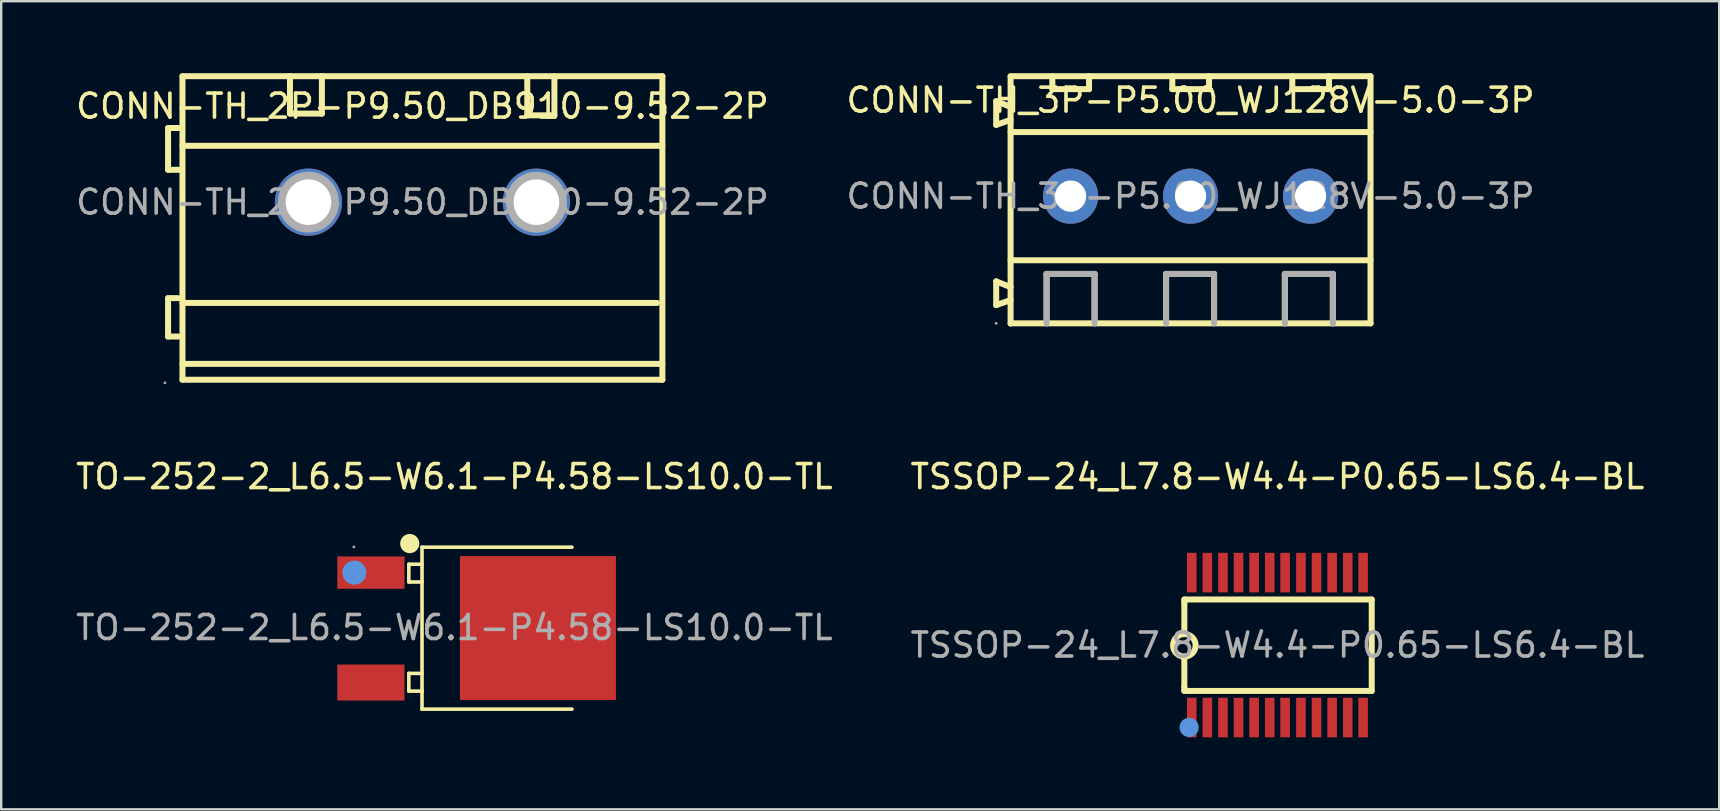
<source format=kicad_pcb>
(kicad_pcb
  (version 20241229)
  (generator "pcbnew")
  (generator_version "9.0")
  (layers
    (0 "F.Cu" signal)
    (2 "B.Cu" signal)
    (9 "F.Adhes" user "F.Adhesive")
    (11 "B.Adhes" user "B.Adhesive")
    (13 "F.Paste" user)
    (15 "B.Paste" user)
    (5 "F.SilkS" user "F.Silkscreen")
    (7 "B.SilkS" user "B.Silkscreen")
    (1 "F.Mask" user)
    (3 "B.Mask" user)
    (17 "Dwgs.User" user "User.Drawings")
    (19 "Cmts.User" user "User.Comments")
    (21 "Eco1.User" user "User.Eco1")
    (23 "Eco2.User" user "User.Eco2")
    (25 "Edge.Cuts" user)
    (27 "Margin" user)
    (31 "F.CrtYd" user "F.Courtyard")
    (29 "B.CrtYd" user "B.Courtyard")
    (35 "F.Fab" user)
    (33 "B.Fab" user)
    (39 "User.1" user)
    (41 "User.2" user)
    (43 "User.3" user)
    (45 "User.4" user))
  (footprint "TO-252-2_L6.5-W6.1-P4.58-LS10.0-TL"
    (layer "F.Cu")
    (at 15.887 23.103)
    (property "Reference" "TO-252-2_L6.5-W6.1-P4.58-LS10.0-TL" (at 0 -6.29 0) (layer "F.SilkS") (effects (font (size 1 1) (thickness 0.15))))
    (attr smd)
    (fp_line (start -1.9 -2.64) (end -1.9 -1.9) (stroke (width 0.15) (type solid)) (layer "F.SilkS"))
    (fp_line (start -1.9 -1.9) (end -1.35 -1.9) (stroke (width 0.15) (type solid)) (layer "F.SilkS"))
    (fp_line (start -1.9 1.91) (end -1.9 2.65) (stroke (width 0.15) (type solid)) (layer "F.SilkS"))
    (fp_line (start -1.9 2.65) (end -1.35 2.65) (stroke (width 0.15) (type solid)) (layer "F.SilkS"))
    (fp_line (start -1.35 -3.35) (end -1.35 3.4) (stroke (width 0.15) (type solid)) (layer "F.SilkS"))
    (fp_line (start -1.35 -2.64) (end -1.9 -2.64) (stroke (width 0.15) (type solid)) (layer "F.SilkS"))
    (fp_line (start -1.35 -1.9) (end -1.35 -1.91) (stroke (width 0.15) (type solid)) (layer "F.SilkS"))
    (fp_line (start -1.35 1.91) (end -1.9 1.91) (stroke (width 0.15) (type solid)) (layer "F.SilkS"))
    (fp_line (start -1.35 2.65) (end -1.35 2.64) (stroke (width 0.15) (type solid)) (layer "F.SilkS"))
    (fp_line (start 4.9 -3.35) (end -1.35 -3.35) (stroke (width 0.15) (type solid)) (layer "F.SilkS"))
    (fp_line (start 4.9 3.4) (end -1.35 3.4) (stroke (width 0.15) (type solid)) (layer "F.SilkS"))
    (fp_arc (start -1.86 -3.3) (mid -1.865009 -3.699937) (end -1.849986 -3.300251) (stroke (width 0.4) (type solid)) (layer "F.SilkS"))
    (fp_circle (center -4.17 -2.29) (end -3.92 -2.29) (stroke (width 0.5) (type solid)) (fill no) (layer "Cmts.User"))
    (fp_circle (center -4.19 -3.36) (end -4.16 -3.36) (stroke (width 0.06) (type solid)) (fill no) (layer "F.Fab"))
    (fp_text user "${REFERENCE}" (at 0 0 0) (layer "F.Fab") (effects (font (size 1 1) (thickness 0.15))))
    (pad "1" smd rect (at -3.48 -2.29) (size 2.8 1.35) (layers "F.Cu" "F.Mask" "F.Paste"))
    (pad "3" smd rect (at -3.48 2.29) (size 2.8 1.5) (layers "F.Cu" "F.Mask" "F.Paste"))
    (pad "4" smd rect (at 3.48 0.02) (size 6.5 6) (layers "F.Cu" "F.Mask" "F.Paste")))
  (footprint "TSSOP-24_L7.8-W4.4-P0.65-LS6.4-BL"
    (layer "F.Cu")
    (at 50.185 23.833)
    (property "Reference" "TSSOP-24_L7.8-W4.4-P0.65-LS6.4-BL" (at 0 -7.02 0) (layer "F.SilkS") (effects (font (size 1 1) (thickness 0.15))))
    (attr smd)
    (fp_line (start -3.88 -1.9) (end 3.93 -1.9) (stroke (width 0.25) (type solid)) (layer "F.SilkS"))
    (fp_line (start -3.88 -1.75) (end -3.88 -1.9) (stroke (width 0.25) (type solid)) (layer "F.SilkS"))
    (fp_line (start -3.88 -0.48) (end -3.88 -1.75) (stroke (width 0.25) (type solid)) (layer "F.SilkS"))
    (fp_line (start -3.88 1.75) (end -3.88 0.48) (stroke (width 0.25) (type solid)) (layer "F.SilkS"))
    (fp_line (start -3.88 1.75) (end -3.88 1.91) (stroke (width 0.25) (type solid)) (layer "F.SilkS"))
    (fp_line (start -3.88 1.91) (end 3.93 1.91) (stroke (width 0.25) (type solid)) (layer "F.SilkS"))
    (fp_line (start 3.93 -1.9) (end 3.93 1.91) (stroke (width 0.25) (type solid)) (layer "F.SilkS"))
    (fp_arc (start -3.888203 0.479928) (mid -3.875898 -0.459982) (end -3.88 0.48) (stroke (width 0.25) (type solid)) (layer "F.SilkS"))
    (fp_circle (center -3.68 3.43) (end -3.48 3.43) (stroke (width 0.4) (type solid)) (fill no) (layer "Cmts.User"))
    (fp_circle (center -3.9 3.19) (end -3.87 3.19) (stroke (width 0.06) (type solid)) (fill no) (layer "F.Fab"))
    (fp_text user "${REFERENCE}" (at 0 0 0) (layer "F.Fab") (effects (font (size 1 1) (thickness 0.15))))
    (pad "1" smd rect (at -3.57 3.02) (size 0.4 1.65) (layers "F.Cu" "F.Mask" "F.Paste"))
    (pad "2" smd rect (at -2.92 3.02) (size 0.4 1.65) (layers "F.Cu" "F.Mask" "F.Paste"))
    (pad "3" smd rect (at -2.27 3.02) (size 0.4 1.65) (layers "F.Cu" "F.Mask" "F.Paste"))
    (pad "4" smd rect (at -1.62 3.02) (size 0.4 1.65) (layers "F.Cu" "F.Mask" "F.Paste"))
    (pad "5" smd rect (at -0.97 3.02) (size 0.4 1.65) (layers "F.Cu" "F.Mask" "F.Paste"))
    (pad "6" smd rect (at -0.32 3.02) (size 0.4 1.65) (layers "F.Cu" "F.Mask" "F.Paste"))
    (pad "7" smd rect (at 0.32 3.02) (size 0.4 1.65) (layers "F.Cu" "F.Mask" "F.Paste"))
    (pad "8" smd rect (at 0.98 3.02) (size 0.4 1.65) (layers "F.Cu" "F.Mask" "F.Paste"))
    (pad "9" smd rect (at 1.63 3.02) (size 0.4 1.65) (layers "F.Cu" "F.Mask" "F.Paste"))
    (pad "10" smd rect (at 2.28 3.02) (size 0.4 1.65) (layers "F.Cu" "F.Mask" "F.Paste"))
    (pad "11" smd rect (at 2.93 3.02) (size 0.4 1.65) (layers "F.Cu" "F.Mask" "F.Paste"))
    (pad "12" smd rect (at 3.57 3.02) (size 0.4 1.65) (layers "F.Cu" "F.Mask" "F.Paste"))
    (pad "13" smd rect (at 3.57 -3.02) (size 0.4 1.65) (layers "F.Cu" "F.Mask" "F.Paste"))
    (pad "14" smd rect (at 2.93 -3.02) (size 0.4 1.65) (layers "F.Cu" "F.Mask" "F.Paste"))
    (pad "15" smd rect (at 2.28 -3.02) (size 0.4 1.65) (layers "F.Cu" "F.Mask" "F.Paste"))
    (pad "16" smd rect (at 1.63 -3.02) (size 0.4 1.65) (layers "F.Cu" "F.Mask" "F.Paste"))
    (pad "17" smd rect (at 0.98 -3.02) (size 0.4 1.65) (layers "F.Cu" "F.Mask" "F.Paste"))
    (pad "18" smd rect (at 0.32 -3.02) (size 0.4 1.65) (layers "F.Cu" "F.Mask" "F.Paste"))
    (pad "19" smd rect (at -0.32 -3.02) (size 0.4 1.65) (layers "F.Cu" "F.Mask" "F.Paste"))
    (pad "20" smd rect (at -0.97 -3.02) (size 0.4 1.65) (layers "F.Cu" "F.Mask" "F.Paste"))
    (pad "21" smd rect (at -1.62 -3.02) (size 0.4 1.65) (layers "F.Cu" "F.Mask" "F.Paste"))
    (pad "22" smd rect (at -2.27 -3.02) (size 0.4 1.65) (layers "F.Cu" "F.Mask" "F.Paste"))
    (pad "23" smd rect (at -2.92 -3.02) (size 0.4 1.65) (layers "F.Cu" "F.Mask" "F.Paste"))
    (pad "24" smd rect (at -3.57 -3.02) (size 0.4 1.65) (layers "F.Cu" "F.Mask" "F.Paste")))
  (footprint "CONN-TH_3P-P5.00_WJ128V-5.0-3P"
    (layer "F.Cu")
    (at 46.565 5.125)
    (property "Reference" "CONN-TH_3P-P5.00_WJ128V-5.0-3P" (at 0 -4 0) (layer "F.SilkS") (effects (font (size 1 1) (thickness 0.15))))
    (attr through_hole)
    (fp_line (start -8.1 -3.96) (end -8.1 -2.97) (stroke (width 0.25) (type solid)) (layer "F.SilkS"))
    (fp_line (start -8.1 -2.97) (end -7.5 -3.18) (stroke (width 0.25) (type solid)) (layer "F.SilkS"))
    (fp_line (start -8.1 3.55) (end -8.1 4.54) (stroke (width 0.25) (type solid)) (layer "F.SilkS"))
    (fp_line (start -8.1 4.54) (end -7.5 4.33) (stroke (width 0.25) (type solid)) (layer "F.SilkS"))
    (fp_line (start -7.5 -5) (end 7.5 -5) (stroke (width 0.25) (type solid)) (layer "F.SilkS"))
    (fp_line (start -7.5 -4.99) (end -7.5 5.31) (stroke (width 0.25) (type solid)) (layer "F.SilkS"))
    (fp_line (start -7.5 -3.72) (end -8.1 -3.96) (stroke (width 0.25) (type solid)) (layer "F.SilkS"))
    (fp_line (start -7.5 -2.67) (end 7.5 -2.67) (stroke (width 0.25) (type solid)) (layer "F.SilkS"))
    (fp_line (start -7.5 2.67) (end 7.5 2.67) (stroke (width 0.25) (type solid)) (layer "F.SilkS"))
    (fp_line (start -7.5 3.79) (end -8.1 3.55) (stroke (width 0.25) (type solid)) (layer "F.SilkS"))
    (fp_line (start -7.5 5.3) (end 7.5 5.3) (stroke (width 0.25) (type solid)) (layer "F.SilkS"))
    (fp_line (start -6 3.24) (end -4 3.24) (stroke (width 0.25) (type solid)) (layer "F.SilkS"))
    (fp_line (start -6 5.3) (end -6 3.24) (stroke (width 0.25) (type solid)) (layer "F.SilkS"))
    (fp_line (start -5.76 -4.46) (end -5.76 -5) (stroke (width 0.25) (type solid)) (layer "F.SilkS"))
    (fp_line (start -4.23 -5) (end -4.23 -4.46) (stroke (width 0.25) (type solid)) (layer "F.SilkS"))
    (fp_line (start -4.23 -4.46) (end -5.76 -4.46) (stroke (width 0.25) (type solid)) (layer "F.SilkS"))
    (fp_line (start -4 3.24) (end -4 5.3) (stroke (width 0.25) (type solid)) (layer "F.SilkS"))
    (fp_line (start -1.02 3.24) (end 0.98 3.24) (stroke (width 0.25) (type solid)) (layer "F.SilkS"))
    (fp_line (start -1.02 5.3) (end -1.02 3.24) (stroke (width 0.25) (type solid)) (layer "F.SilkS"))
    (fp_line (start -0.76 -4.46) (end -0.76 -5) (stroke (width 0.25) (type solid)) (layer "F.SilkS"))
    (fp_line (start 0.77 -5) (end 0.77 -4.46) (stroke (width 0.25) (type solid)) (layer "F.SilkS"))
    (fp_line (start 0.77 -4.46) (end -0.76 -4.46) (stroke (width 0.25) (type solid)) (layer "F.SilkS"))
    (fp_line (start 0.98 3.24) (end 0.98 5.3) (stroke (width 0.25) (type solid)) (layer "F.SilkS"))
    (fp_line (start 3.93 3.24) (end 5.93 3.24) (stroke (width 0.25) (type solid)) (layer "F.SilkS"))
    (fp_line (start 3.93 5.3) (end 3.93 3.24) (stroke (width 0.25) (type solid)) (layer "F.SilkS"))
    (fp_line (start 4.24 -4.46) (end 4.24 -5) (stroke (width 0.25) (type solid)) (layer "F.SilkS"))
    (fp_line (start 5.77 -5) (end 5.77 -4.46) (stroke (width 0.25) (type solid)) (layer "F.SilkS"))
    (fp_line (start 5.77 -4.46) (end 4.24 -4.46) (stroke (width 0.25) (type solid)) (layer "F.SilkS"))
    (fp_line (start 5.93 3.24) (end 5.93 5.3) (stroke (width 0.25) (type solid)) (layer "F.SilkS"))
    (fp_line (start 7.5 -5) (end 7.5 5.3) (stroke (width 0.25) (type solid)) (layer "F.SilkS"))
    (fp_line (start -6 3.24) (end -4 3.24) (stroke (width 0.25) (type solid)) (layer "F.Fab"))
    (fp_line (start -6 5.3) (end -6 3.24) (stroke (width 0.25) (type solid)) (layer "F.Fab"))
    (fp_line (start -4 3.24) (end -4 5.3) (stroke (width 0.25) (type solid)) (layer "F.Fab"))
    (fp_line (start -1.02 3.24) (end 0.98 3.24) (stroke (width 0.25) (type solid)) (layer "F.Fab"))
    (fp_line (start -1.02 5.3) (end -1.02 3.24) (stroke (width 0.25) (type solid)) (layer "F.Fab"))
    (fp_line (start 0.98 3.24) (end 0.98 5.3) (stroke (width 0.25) (type solid)) (layer "F.Fab"))
    (fp_line (start 3.93 3.24) (end 5.93 3.24) (stroke (width 0.25) (type solid)) (layer "F.Fab"))
    (fp_line (start 3.93 5.3) (end 3.93 3.24) (stroke (width 0.25) (type solid)) (layer "F.Fab"))
    (fp_line (start 5.93 3.24) (end 5.93 5.3) (stroke (width 0.25) (type solid)) (layer "F.Fab"))
    (fp_circle (center -8.1 5.3) (end -8.07 5.3) (stroke (width 0.06) (type solid)) (fill no) (layer "F.Fab"))
    (fp_circle (center -5 0) (end -4.72 0) (stroke (width 0.55) (type solid)) (fill no) (layer "F.Fab"))
    (fp_circle (center 0 0) (end 0.28 0) (stroke (width 0.55) (type solid)) (fill no) (layer "F.Fab"))
    (fp_circle (center 5 0) (end 5.28 0) (stroke (width 0.55) (type solid)) (fill no) (layer "F.Fab"))
    (fp_text user "${REFERENCE}" (at 0 0 0) (layer "F.Fab") (effects (font (size 1 1) (thickness 0.15))))
    (pad "1" thru_hole circle (at -5 0) (size 2.3 2.3) (drill 1.3) (layers "*.Cu" "*.Mask"))
    (pad "2" thru_hole circle (at 0 0) (size 2.3 2.3) (drill 1.3) (layers "*.Cu" "*.Mask"))
    (pad "3" thru_hole circle (at 5 0) (size 2.3 2.3) (drill 1.3) (layers "*.Cu" "*.Mask")))
  (footprint "CONN-TH_2P-P9.50_DB910-9.52-2P"
    (layer "F.Cu")
    (at 14.554 5.375)
    (property "Reference" "CONN-TH_2P-P9.50_DB910-9.52-2P" (at 0 -4 0) (layer "F.SilkS") (effects (font (size 1 1) (thickness 0.15))))
    (attr through_hole)
    (fp_line (start -10.6 -3.09) (end -10.6 -1.35) (stroke (width 0.25) (type solid)) (layer "F.SilkS"))
    (fp_line (start -10.6 -3.09) (end -10.15 -3.09) (stroke (width 0.25) (type solid)) (layer "F.SilkS"))
    (fp_line (start -10.6 -1.35) (end -10.15 -1.35) (stroke (width 0.25) (type solid)) (layer "F.SilkS"))
    (fp_line (start -10.6 4) (end -10.6 5.6) (stroke (width 0.25) (type solid)) (layer "F.SilkS"))
    (fp_line (start -10.6 4) (end -10.18 4) (stroke (width 0.25) (type solid)) (layer "F.SilkS"))
    (fp_line (start -10.6 5.6) (end -10.18 5.6) (stroke (width 0.25) (type solid)) (layer "F.SilkS"))
    (fp_line (start -10 -5.25) (end -10 7.4) (stroke (width 0.25) (type solid)) (layer "F.SilkS"))
    (fp_line (start -10 -5.25) (end 10 -5.25) (stroke (width 0.25) (type solid)) (layer "F.SilkS"))
    (fp_line (start -10 -2.35) (end 10 -2.35) (stroke (width 0.25) (type solid)) (layer "F.SilkS"))
    (fp_line (start -10 4.2) (end 9.78 4.2) (stroke (width 0.25) (type solid)) (layer "F.SilkS"))
    (fp_line (start -10 6.74) (end 10 6.74) (stroke (width 0.25) (type solid)) (layer "F.SilkS"))
    (fp_line (start -10 7.4) (end 10 7.4) (stroke (width 0.25) (type solid)) (layer "F.SilkS"))
    (fp_line (start -5.52 -5.25) (end -5.52 -3.69) (stroke (width 0.25) (type solid)) (layer "F.SilkS"))
    (fp_line (start -5.52 -3.69) (end -4.19 -3.69) (stroke (width 0.25) (type solid)) (layer "F.SilkS"))
    (fp_line (start -4.19 -3.69) (end -4.19 -5.25) (stroke (width 0.25) (type solid)) (layer "F.SilkS"))
    (fp_line (start 4.37 -5.25) (end 4.37 -3.62) (stroke (width 0.25) (type solid)) (layer "F.SilkS"))
    (fp_line (start 4.37 -3.62) (end 5.5 -3.62) (stroke (width 0.25) (type solid)) (layer "F.SilkS"))
    (fp_line (start 5.5 -3.62) (end 5.5 -5.25) (stroke (width 0.25) (type solid)) (layer "F.SilkS"))
    (fp_line (start 10 -5.25) (end 10 7.4) (stroke (width 0.25) (type solid)) (layer "F.SilkS"))
    (fp_circle (center -10.73 7.53) (end -10.7 7.53) (stroke (width 0.06) (type solid)) (fill no) (layer "F.Fab"))
    (fp_circle (center -4.75 0) (end -4.33 0) (stroke (width 0.85) (type solid)) (fill no) (layer "F.Fab"))
    (fp_circle (center 4.75 0) (end 5.17 0) (stroke (width 0.85) (type solid)) (fill no) (layer "F.Fab"))
    (fp_text user "${REFERENCE}" (at 0 0 0) (layer "F.Fab") (effects (font (size 1 1) (thickness 0.15))))
    (pad "1" thru_hole circle (at -4.75 0) (size 2.8 2.8) (drill 1.9) (layers "*.Cu" "*.Mask"))
    (pad "2" thru_hole circle (at 4.75 0) (size 2.8 2.8) (drill 1.9) (layers "*.Cu" "*.Mask")))
  (gr_rect
    (start -3 -3)
    (end 68.595 30.678)
    (stroke (width 0.1) (type default))
    (fill no)
    (layer "Edge.Cuts")))
</source>
